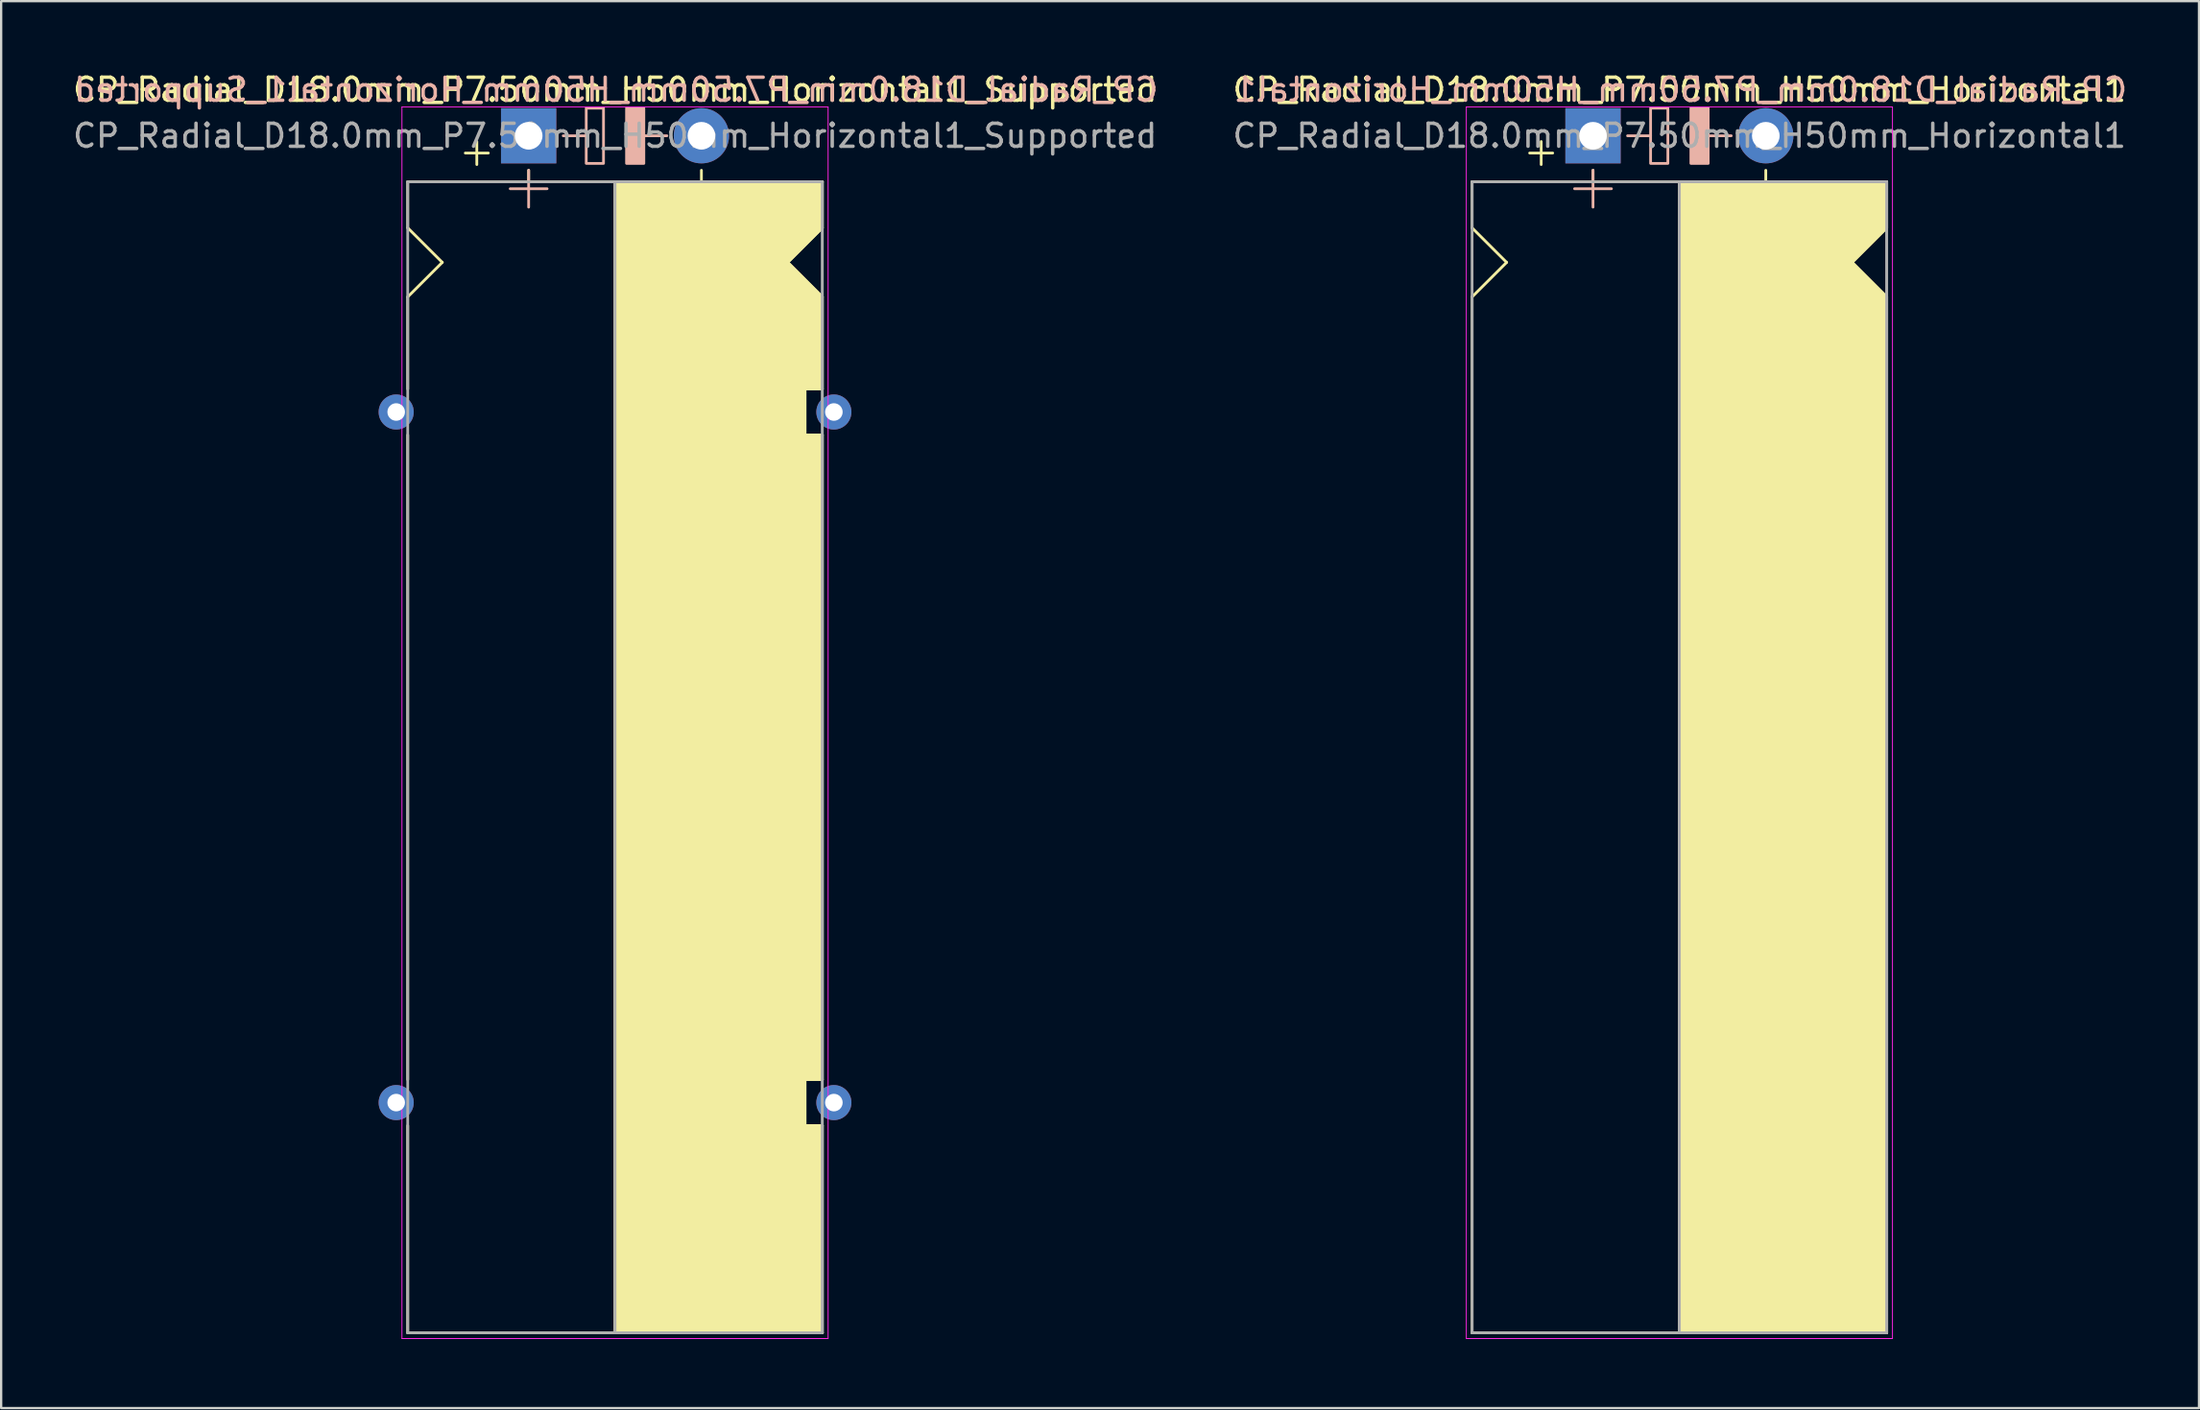
<source format=kicad_pcb>
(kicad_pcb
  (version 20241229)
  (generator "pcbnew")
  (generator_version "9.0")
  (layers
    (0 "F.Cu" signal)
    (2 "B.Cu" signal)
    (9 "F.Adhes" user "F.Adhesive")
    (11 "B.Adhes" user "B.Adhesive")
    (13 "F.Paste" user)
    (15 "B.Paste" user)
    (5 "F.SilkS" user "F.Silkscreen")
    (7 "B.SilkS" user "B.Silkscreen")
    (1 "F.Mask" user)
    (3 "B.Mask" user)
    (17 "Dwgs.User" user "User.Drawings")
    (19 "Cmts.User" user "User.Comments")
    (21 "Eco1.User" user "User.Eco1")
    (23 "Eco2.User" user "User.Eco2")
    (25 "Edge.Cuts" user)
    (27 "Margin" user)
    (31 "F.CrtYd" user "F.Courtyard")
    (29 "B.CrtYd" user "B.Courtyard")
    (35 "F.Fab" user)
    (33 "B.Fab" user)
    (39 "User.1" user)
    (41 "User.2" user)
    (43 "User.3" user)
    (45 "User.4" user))
  (footprint "CP_Radial_D18.0mm_P7.50mm_H50mm_Horizontal1"
    (layer "F.Cu")
    (at 66.104 2.848)
    (property "Reference" "CP_Radial_D18.0mm_P7.50mm_H50mm_Horizontal1" (at 3.75 -2 0) (layer "F.SilkS") (effects (font (size 1 1) (thickness 0.15))))
    (fp_line (start -5.25 2) (end -5.25 4) (stroke (width 0.12) (type solid)) (layer "F.SilkS"))
    (fp_line (start -5.25 2) (end 12.75 2) (stroke (width 0.12) (type solid)) (layer "F.SilkS"))
    (fp_line (start -5.25 4) (end -3.75 5.5) (stroke (width 0.12) (type solid)) (layer "F.SilkS"))
    (fp_line (start -5.25 7) (end -5.25 52) (stroke (width 0.12) (type solid)) (layer "F.SilkS"))
    (fp_line (start -5.25 7) (end -3.75 5.5) (stroke (width 0.12) (type solid)) (layer "F.SilkS"))
    (fp_line (start -5.25 52) (end 12.75 52) (stroke (width 0.12) (type solid)) (layer "F.SilkS"))
    (fp_line (start -2.25 0.25) (end -2.25 1.25) (stroke (width 0.12) (type solid)) (layer "F.SilkS"))
    (fp_line (start -1.75 0.75) (end -2.75 0.75) (stroke (width 0.12) (type solid)) (layer "F.SilkS"))
    (fp_line (start 0 1.5) (end 0 2) (stroke (width 0.12) (type solid)) (layer "F.SilkS"))
    (fp_line (start 3.75 2) (end 3.75 52) (stroke (width 0.12) (type solid)) (layer "F.SilkS"))
    (fp_line (start 7.5 1.5) (end 7.5 2) (stroke (width 0.12) (type solid)) (layer "F.SilkS"))
    (fp_line (start 12.75 2) (end 12.75 4) (stroke (width 0.12) (type solid)) (layer "F.SilkS"))
    (fp_line (start 12.75 4) (end 11.25 5.5) (stroke (width 0.12) (type solid)) (layer "F.SilkS"))
    (fp_line (start 12.75 7) (end 11.25 5.5) (stroke (width 0.12) (type solid)) (layer "F.SilkS"))
    (fp_line (start 12.75 52) (end 12.75 7) (stroke (width 0.12) (type solid)) (layer "F.SilkS"))
    (fp_poly (pts (xy 12.75 4) (xy 11.25 5.5) (xy 12.75 7) (xy 12.75 52) (xy 3.75 52) (xy 3.75 2) (xy 12.75 2)) (stroke (width 0.1) (type solid)) (fill yes) (layer "F.SilkS"))
    (fp_line (start 0 1.5) (end 0 3.1) (stroke (width 0.12) (type solid)) (layer "B.SilkS"))
    (fp_line (start 0.8 2.3) (end -0.8 2.3) (stroke (width 0.12) (type solid)) (layer "B.SilkS"))
    (fp_line (start 2.5 0) (end 1.5 0) (stroke (width 0.12) (type solid)) (layer "B.SilkS"))
    (fp_line (start 6 0) (end 5 0) (stroke (width 0.12) (type solid)) (layer "B.SilkS"))
    (fp_rect (start 2.5 -1.2) (end 3.25 1.2) (stroke (width 0.12) (type solid)) (fill no) (layer "B.SilkS"))
    (fp_rect (start 4.25 -1.2) (end 5 1.2) (stroke (width 0.12) (type solid)) (fill yes) (layer "B.SilkS"))
    (fp_line (start -5.5 -1.25) (end -5.5 52.25) (stroke (width 0.04) (type solid)) (layer "F.CrtYd"))
    (fp_line (start -5.5 52.25) (end 13 52.25) (stroke (width 0.04) (type solid)) (layer "F.CrtYd"))
    (fp_line (start 13 -1.25) (end -5.5 -1.25) (stroke (width 0.04) (type solid)) (layer "F.CrtYd"))
    (fp_line (start 13 52.25) (end 13 -1.25) (stroke (width 0.04) (type solid)) (layer "F.CrtYd"))
    (fp_line (start -5.25 2) (end -5.25 52) (stroke (width 0.12) (type solid)) (layer "F.Fab"))
    (fp_line (start -5.25 52) (end 12.75 52) (stroke (width 0.12) (type solid)) (layer "F.Fab"))
    (fp_line (start 3.75 2) (end 3.75 52) (stroke (width 0.12) (type solid)) (layer "F.Fab"))
    (fp_line (start 12.75 2) (end -5.25 2) (stroke (width 0.12) (type solid)) (layer "F.Fab"))
    (fp_line (start 12.75 52) (end 12.75 2) (stroke (width 0.12) (type solid)) (layer "F.Fab"))
    (fp_poly (pts (xy 12.75 52) (xy 3.75 52) (xy 3.75 2) (xy 12.75 2)) (stroke (width 0.1) (type solid)) (fill no) (layer "F.Fab"))
    (fp_text user "${REFERENCE}" (at 3.8 -2 0) (layer "B.SilkS") (effects (font (size 1 1) (thickness 0.15)) (justify mirror)))
    (fp_text user "${REFERENCE}" (at 3.75 0 0) (layer "F.Fab") (effects (font (size 1 1) (thickness 0.15))))
    (pad "1" thru_hole rect (at 0 0) (size 2.4 2.4) (drill 1.2) (layers "*.Cu" "*.Mask"))
    (pad "2" thru_hole circle (at 7.5 0) (size 2.4 2.4) (drill 1.2) (layers "*.Cu" "*.Mask")))
  (footprint "CP_Radial_D18.0mm_P7.50mm_H50mm_Horizontal1_Supported"
    (layer "F.Cu")
    (at 19.899 2.848)
    (property "Reference" "CP_Radial_D18.0mm_P7.50mm_H50mm_Horizontal1_Supported" (at 3.75 -2 0) (layer "F.SilkS") (effects (font (size 1 1) (thickness 0.15))))
    (fp_line (start -5.25 2) (end -5.25 4) (stroke (width 0.12) (type solid)) (layer "F.SilkS"))
    (fp_line (start -5.25 2) (end 12.75 2) (stroke (width 0.12) (type solid)) (layer "F.SilkS"))
    (fp_line (start -5.25 4) (end -3.75 5.5) (stroke (width 0.12) (type solid)) (layer "F.SilkS"))
    (fp_line (start -5.25 7) (end -3.75 5.5) (stroke (width 0.12) (type solid)) (layer "F.SilkS"))
    (fp_line (start -5.25 11) (end -5.25 7) (stroke (width 0.12) (type solid)) (layer "F.SilkS"))
    (fp_line (start -5.25 13) (end -5.25 41) (stroke (width 0.12) (type solid)) (layer "F.SilkS"))
    (fp_line (start -5.25 43) (end -5.25 52) (stroke (width 0.12) (type solid)) (layer "F.SilkS"))
    (fp_line (start -5.25 52) (end 12.75 52) (stroke (width 0.12) (type solid)) (layer "F.SilkS"))
    (fp_line (start -2.25 0.25) (end -2.25 1.25) (stroke (width 0.12) (type solid)) (layer "F.SilkS"))
    (fp_line (start -1.75 0.75) (end -2.75 0.75) (stroke (width 0.12) (type solid)) (layer "F.SilkS"))
    (fp_line (start 0 1.5) (end 0 2) (stroke (width 0.12) (type solid)) (layer "F.SilkS"))
    (fp_line (start 3.75 2) (end 3.75 52) (stroke (width 0.12) (type solid)) (layer "F.SilkS"))
    (fp_line (start 7.5 1.5) (end 7.5 2) (stroke (width 0.12) (type solid)) (layer "F.SilkS"))
    (fp_line (start 12 11) (end 12 13) (stroke (width 0.12) (type solid)) (layer "F.SilkS"))
    (fp_line (start 12 13) (end 12.75 13) (stroke (width 0.12) (type solid)) (layer "F.SilkS"))
    (fp_line (start 12 41) (end 12 43) (stroke (width 0.12) (type solid)) (layer "F.SilkS"))
    (fp_line (start 12 43) (end 12.75 43) (stroke (width 0.12) (type solid)) (layer "F.SilkS"))
    (fp_line (start 12.25 11) (end 12 11) (stroke (width 0.12) (type solid)) (layer "F.SilkS"))
    (fp_line (start 12.75 2) (end 12.75 4) (stroke (width 0.12) (type solid)) (layer "F.SilkS"))
    (fp_line (start 12.75 4) (end 11.25 5.5) (stroke (width 0.12) (type solid)) (layer "F.SilkS"))
    (fp_line (start 12.75 7) (end 11.25 5.5) (stroke (width 0.12) (type solid)) (layer "F.SilkS"))
    (fp_line (start 12.75 11) (end 12.25 11) (stroke (width 0.12) (type solid)) (layer "F.SilkS"))
    (fp_line (start 12.75 11) (end 12.75 7) (stroke (width 0.12) (type solid)) (layer "F.SilkS"))
    (fp_line (start 12.75 13) (end 12.75 41) (stroke (width 0.12) (type solid)) (layer "F.SilkS"))
    (fp_line (start 12.75 41) (end 12 41) (stroke (width 0.12) (type solid)) (layer "F.SilkS"))
    (fp_line (start 12.75 43) (end 12.75 52) (stroke (width 0.12) (type solid)) (layer "F.SilkS"))
    (fp_poly (pts (xy 12.75 4) (xy 11.25 5.5) (xy 12.75 7) (xy 12.75 11) (xy 12 11) (xy 12 13) (xy 12.75 13) (xy 12.75 41) (xy 12 41) (xy 12 43) (xy 12.75 43) (xy 12.75 52) (xy 3.75 52) (xy 3.75 2) (xy 12.75 2)) (stroke (width 0.1) (type solid)) (fill yes) (layer "F.SilkS"))
    (fp_line (start 0 1.5) (end 0 3.1) (stroke (width 0.12) (type solid)) (layer "B.SilkS"))
    (fp_line (start 0.8 2.3) (end -0.8 2.3) (stroke (width 0.12) (type solid)) (layer "B.SilkS"))
    (fp_line (start 2.5 0) (end 1.5 0) (stroke (width 0.12) (type solid)) (layer "B.SilkS"))
    (fp_line (start 6 0) (end 5 0) (stroke (width 0.12) (type solid)) (layer "B.SilkS"))
    (fp_rect (start 2.5 -1.2) (end 3.25 1.2) (stroke (width 0.12) (type solid)) (fill no) (layer "B.SilkS"))
    (fp_rect (start 4.25 -1.2) (end 5 1.2) (stroke (width 0.12) (type solid)) (fill yes) (layer "B.SilkS"))
    (fp_line (start -5.5 -1.25) (end -5.5 52.25) (stroke (width 0.04) (type solid)) (layer "F.CrtYd"))
    (fp_line (start -5.5 52.25) (end 13 52.25) (stroke (width 0.04) (type solid)) (layer "F.CrtYd"))
    (fp_line (start 13 -1.25) (end -5.5 -1.25) (stroke (width 0.04) (type solid)) (layer "F.CrtYd"))
    (fp_line (start 13 52.25) (end 13 -1.25) (stroke (width 0.04) (type solid)) (layer "F.CrtYd"))
    (fp_line (start -5.25 2) (end -5.25 52) (stroke (width 0.12) (type solid)) (layer "F.Fab"))
    (fp_line (start -5.25 52) (end 12.75 52) (stroke (width 0.12) (type solid)) (layer "F.Fab"))
    (fp_line (start 3.75 2) (end 3.75 52) (stroke (width 0.12) (type solid)) (layer "F.Fab"))
    (fp_line (start 12.75 2) (end -5.25 2) (stroke (width 0.12) (type solid)) (layer "F.Fab"))
    (fp_line (start 12.75 52) (end 12.75 2) (stroke (width 0.12) (type solid)) (layer "F.Fab"))
    (fp_poly (pts (xy 12.75 52) (xy 3.75 52) (xy 3.75 2) (xy 12.75 2)) (stroke (width 0.1) (type solid)) (fill no) (layer "F.Fab"))
    (fp_text user "${REFERENCE}" (at 3.8 -2 0) (layer "B.SilkS") (effects (font (size 1 1) (thickness 0.15)) (justify mirror)))
    (fp_text user "${REFERENCE}" (at 3.75 0 0) (layer "F.Fab") (effects (font (size 1 1) (thickness 0.15))))
    (pad "1" thru_hole rect (at 0 0) (size 2.4 2.4) (drill 1.2) (layers "*.Cu" "*.Mask"))
    (pad "2" thru_hole circle (at 7.5 0) (size 2.4 2.4) (drill 1.2) (layers "*.Cu" "*.Mask"))
    (pad "~" thru_hole circle (at -5.75 12) (size 1.524 1.524) (drill 0.762) (layers "*.Cu" "*.Mask"))
    (pad "~" thru_hole circle (at -5.75 42) (size 1.524 1.524) (drill 0.762) (layers "*.Cu" "*.Mask"))
    (pad "~" thru_hole circle (at 13.25 12) (size 1.524 1.524) (drill 0.762) (layers "*.Cu" "*.Mask"))
    (pad "~" thru_hole circle (at 13.25 42) (size 1.524 1.524) (drill 0.762) (layers "*.Cu" "*.Mask")))
  (gr_rect
    (start -3 -3)
    (end 92.41 58.118)
    (stroke (width 0.1) (type default))
    (fill no)
    (layer "Edge.Cuts")))
</source>
